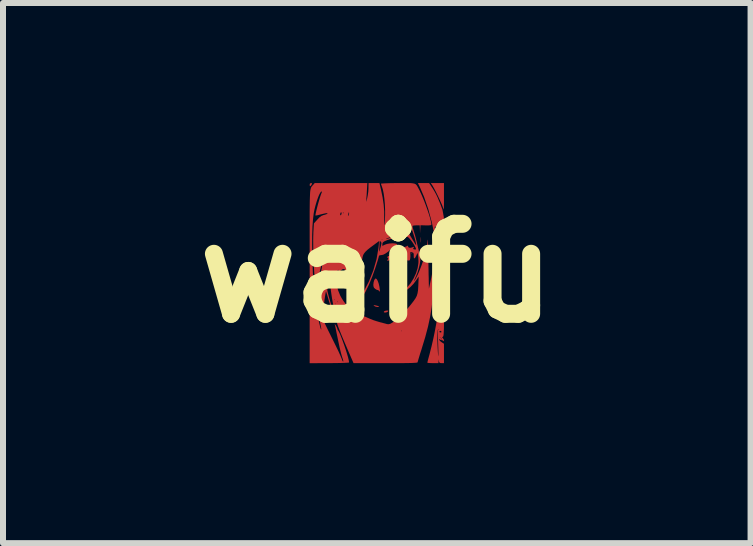
<source format=kicad_pcb>
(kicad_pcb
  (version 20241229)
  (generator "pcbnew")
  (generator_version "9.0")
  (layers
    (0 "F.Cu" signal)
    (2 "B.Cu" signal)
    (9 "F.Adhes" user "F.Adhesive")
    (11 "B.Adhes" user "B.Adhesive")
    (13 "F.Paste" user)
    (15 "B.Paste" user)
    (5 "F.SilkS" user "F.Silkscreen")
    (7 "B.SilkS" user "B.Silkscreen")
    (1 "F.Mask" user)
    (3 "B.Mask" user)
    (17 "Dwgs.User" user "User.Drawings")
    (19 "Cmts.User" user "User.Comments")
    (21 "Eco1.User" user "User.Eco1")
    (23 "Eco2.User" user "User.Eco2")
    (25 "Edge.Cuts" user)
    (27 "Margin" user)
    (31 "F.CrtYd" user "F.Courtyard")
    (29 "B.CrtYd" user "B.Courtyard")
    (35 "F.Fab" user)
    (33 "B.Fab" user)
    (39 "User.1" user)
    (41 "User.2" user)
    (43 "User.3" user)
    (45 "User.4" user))
  (footprint "waifu"
    (layer "F.Cu")
    (at 3.229 1.501)
    (property "Reference" "waifu" (at 0 0 0) (layer "F.SilkS") (effects (font (size 1.5 1.5) (thickness 0.3))))
    (attr board_only exclude_from_pos_files exclude_from_bom)
    (fp_poly (pts (xy -0.623 -0.006) (xy -0.629 0) (xy -0.635 -0.006) (xy -0.629 -0.012)) (stroke (width 0) (type solid)) (fill yes) (layer "F.Cu"))
    (fp_poly (pts (xy -0.404 0.087) (xy -0.41 0.092) (xy -0.415 0.087) (xy -0.41 0.081)) (stroke (width 0) (type solid)) (fill yes) (layer "F.Cu"))
    (fp_poly (pts (xy 0.208 -0.306) (xy 0.202 -0.3) (xy 0.196 -0.306) (xy 0.202 -0.312)) (stroke (width 0) (type solid)) (fill yes) (layer "F.Cu"))
    (fp_poly (pts (xy 0.508 -0.156) (xy 0.502 -0.15) (xy 0.496 -0.156) (xy 0.502 -0.162)) (stroke (width 0) (type solid)) (fill yes) (layer "F.Cu"))
    (fp_poly (pts (xy 0.589 -0.329) (xy 0.583 -0.323) (xy 0.577 -0.329) (xy 0.583 -0.335)) (stroke (width 0) (type solid)) (fill yes) (layer "F.Cu"))
    (fp_poly (pts (xy -0.362 0.062) (xy -0.363 0.068) (xy -0.369 0.069) (xy -0.379 0.065) (xy -0.377 0.062) (xy -0.363 0.06)) (stroke (width 0) (type solid)) (fill yes) (layer "F.Cu"))
    (fp_poly (pts (xy 0.463 -0.107) (xy 0.467 -0.104) (xy 0.463 -0.093) (xy 0.455 -0.088) (xy 0.427 -0.081) (xy 0.416 -0.089) (xy 0.415 -0.091) (xy 0.425 -0.102) (xy 0.445 -0.108)) (stroke (width 0) (type solid)) (fill yes) (layer "F.Cu"))
    (fp_poly (pts (xy -1.08 -1.497) (xy -1.082 -1.483) (xy -1.084 -1.478) (xy -1.101 -1.454) (xy -1.114 -1.449) (xy -1.119 -1.466) (xy -1.119 -1.471) (xy -1.114 -1.494) (xy -1.096 -1.5) (xy -1.096 -1.5)) (stroke (width 0) (type solid)) (fill yes) (layer "F.Cu"))
    (fp_poly (pts (xy 0.191 0.626) (xy 0.187 0.637) (xy 0.185 0.64) (xy 0.167 0.652) (xy 0.143 0.657) (xy 0.123 0.656) (xy 0.115 0.647) (xy 0.126 0.634) (xy 0.151 0.625) (xy 0.175 0.623)) (stroke (width 0) (type solid)) (fill yes) (layer "F.Cu"))
    (fp_poly (pts (xy 0.735 -0.594) (xy 0.735 -0.591) (xy 0.737 -0.551) (xy 0.735 -0.516) (xy 0.733 -0.508) (xy 0.731 -0.519) (xy 0.731 -0.549) (xy 0.731 -0.554) (xy 0.731 -0.586) (xy 0.733 -0.6)) (stroke (width 0) (type solid)) (fill yes) (layer "F.Cu"))
    (fp_poly (pts (xy -0.641 0.018) (xy -0.646 0.028) (xy -0.652 0.045) (xy -0.65 0.05) (xy -0.648 0.057) (xy -0.65 0.058) (xy -0.659 0.055) (xy -0.662 0.043) (xy -0.663 0.027) (xy -0.661 0.009) (xy -0.65 0.008)) (stroke (width 0) (type solid)) (fill yes) (layer "F.Cu"))
    (fp_poly (pts (xy -0.028 0.537) (xy -0.023 0.537) (xy 0.013 0.546) (xy 0.034 0.555) (xy 0.038 0.561) (xy 0.022 0.565) (xy 0.017 0.565) (xy -0.017 0.56) (xy -0.041 0.548) (xy -0.054 0.536) (xy -0.05 0.533)) (stroke (width 0) (type solid)) (fill yes) (layer "F.Cu"))
    (fp_poly (pts (xy 0.328 0.413) (xy 0.326 0.423) (xy 0.309 0.443) (xy 0.287 0.464) (xy 0.25 0.496) (xy 0.224 0.515) (xy 0.213 0.521) (xy 0.216 0.512) (xy 0.236 0.489) (xy 0.254 0.471) (xy 0.285 0.442) (xy 0.311 0.421) (xy 0.326 0.413)) (stroke (width 0) (type solid)) (fill yes) (layer "F.Cu"))
    (fp_poly (pts (xy 1.107 -0.478) (xy 1.115 -0.457) (xy 1.117 -0.416) (xy 1.116 -0.38) (xy 1.114 -0.345) (xy 1.112 -0.328) (xy 1.111 -0.33) (xy 1.11 -0.336) (xy 1.107 -0.374) (xy 1.102 -0.419) (xy 1.101 -0.434) (xy 1.097 -0.467) (xy 1.1 -0.48)) (stroke (width 0) (type solid)) (fill yes) (layer "F.Cu"))
    (fp_poly (pts (xy 1.119 -1.281) (xy 1.119 -1.213) (xy 1.119 -1.153) (xy 1.118 -1.106) (xy 1.117 -1.074) (xy 1.116 -1.062) (xy 1.115 -1.062) (xy 1.11 -1.072) (xy 1.101 -1.096) (xy 1.098 -1.106) (xy 1.087 -1.136) (xy 1.067 -1.181) (xy 1.042 -1.236) (xy 1.014 -1.295) (xy 0.985 -1.353) (xy 0.958 -1.405) (xy 0.935 -1.446) (xy 0.922 -1.468) (xy 0.899 -1.5) (xy 1.009 -1.5) (xy 1.119 -1.5)) (stroke (width 0) (type solid)) (fill yes) (layer "F.Cu"))
    (fp_poly (pts (xy -0.002 0.1) (xy 0.015 0.129) (xy 0.03 0.17) (xy 0.042 0.22) (xy 0.044 0.232) (xy 0.049 0.27) (xy 0.052 0.298) (xy 0.052 0.309) (xy 0.044 0.304) (xy 0.035 0.294) (xy 0.02 0.282) (xy 0.014 0.282) (xy 0.002 0.28) (xy -0.02 0.267) (xy -0.025 0.264) (xy -0.047 0.244) (xy -0.056 0.219) (xy -0.058 0.193) (xy -0.053 0.152) (xy -0.043 0.117) (xy -0.029 0.095) (xy -0.018 0.089)) (stroke (width 0) (type solid)) (fill yes) (layer "F.Cu"))
    (fp_poly (pts (xy 0.931 -1.411) (xy 0.961 -1.362) (xy 0.989 -1.311) (xy 1.01 -1.267) (xy 1.014 -1.258) (xy 1.03 -1.219) (xy 1.044 -1.186) (xy 1.051 -1.171) (xy 1.094 -1.056) (xy 1.116 -0.935) (xy 1.119 -0.858) (xy 1.119 -0.738) (xy 1.088 -0.746) (xy 1.053 -0.755) (xy 1.029 -0.763) (xy 0.999 -0.771) (xy 0.981 -0.773) (xy 0.967 -0.77) (xy 0.965 -0.757) (xy 0.97 -0.736) (xy 0.976 -0.706) (xy 0.984 -0.662) (xy 0.992 -0.613) (xy 0.993 -0.606) (xy 1.001 -0.56) (xy 1.011 -0.522) (xy 1.02 -0.499) (xy 1.022 -0.496) (xy 1.031 -0.482) (xy 1.039 -0.461) (xy 1.048 -0.429) (xy 1.057 -0.384) (xy 1.066 -0.325) (xy 1.078 -0.247) (xy 1.09 -0.15) (xy 1.098 -0.093) (xy 1.104 -0.042) (xy 1.108 0.006) (xy 1.112 0.054) (xy 1.115 0.106) (xy 1.117 0.164) (xy 1.118 0.232) (xy 1.119 0.312) (xy 1.119 0.408) (xy 1.12 0.523) (xy 1.12 0.562) (xy 1.119 0.682) (xy 1.119 0.781) (xy 1.119 0.861) (xy 1.118 0.924) (xy 1.116 0.972) (xy 1.114 1.007) (xy 1.112 1.032) (xy 1.109 1.047) (xy 1.105 1.056) (xy 1.101 1.059) (xy 1.089 1.069) (xy 1.096 1.08) (xy 1.101 1.084) (xy 1.116 1.107) (xy 1.118 1.124) (xy 1.116 1.137) (xy 1.112 1.134) (xy 1.097 1.121) (xy 1.086 1.119) (xy 1.061 1.112) (xy 1.052 1.106) (xy 1.041 1.098) (xy 1.039 1.108) (xy 1.048 1.125) (xy 1.07 1.145) (xy 1.079 1.151) (xy 1.119 1.177) (xy 1.119 1.339) (xy 1.119 1.5) (xy 1.08 1.5) (xy 1.052 1.498) (xy 1.04 1.486) (xy 1.035 1.468) (xy 1.031 1.437) (xy 1.029 1.468) (xy 1.027 1.5) (xy 0.935 1.5) (xy 0.892 1.499) (xy 0.86 1.497) (xy 0.843 1.493) (xy 0.842 1.491) (xy 0.845 1.478) (xy 0.853 1.446) (xy 0.865 1.401) (xy 0.88 1.347) (xy 0.883 1.334) (xy 0.912 1.22) (xy 0.942 1.09) (xy 0.964 0.984) (xy 1.006 0.984) (xy 1.007 1.032) (xy 1.008 1.092) (xy 1.011 1.162) (xy 1.011 1.179) (xy 1.014 1.247) (xy 1.017 1.305) (xy 1.02 1.35) (xy 1.023 1.378) (xy 1.025 1.387) (xy 1.025 1.385) (xy 1.026 1.364) (xy 1.026 1.325) (xy 1.025 1.271) (xy 1.023 1.207) (xy 1.021 1.145) (xy 1.019 1.096) (xy 1.073 1.096) (xy 1.077 1.106) (xy 1.081 1.104) (xy 1.082 1.09) (xy 1.081 1.089) (xy 1.074 1.09) (xy 1.073 1.096) (xy 1.019 1.096) (xy 1.018 1.079) (xy 1.05 1.079) (xy 1.056 1.085) (xy 1.062 1.079) (xy 1.056 1.073) (xy 1.05 1.079) (xy 1.018 1.079) (xy 1.018 1.078) (xy 1.015 1.021) (xy 1.012 0.976) (xy 1.042 0.976) (xy 1.048 0.986) (xy 1.061 0.989) (xy 1.077 0.985) (xy 1.077 0.974) (xy 1.064 0.962) (xy 1.048 0.967) (xy 1.042 0.976) (xy 1.012 0.976) (xy 1.012 0.976) (xy 1.01 0.948) (xy 1.008 0.941) (xy 1.027 0.941) (xy 1.033 0.946) (xy 1.039 0.941) (xy 1.033 0.935) (xy 1.027 0.941) (xy 1.008 0.941) (xy 1.008 0.939) (xy 1.006 0.951) (xy 1.006 0.984) (xy 0.964 0.984) (xy 0.97 0.952) (xy 0.996 0.814) (xy 1.012 0.715) (xy 1.021 0.641) (xy 1.028 0.549) (xy 1.032 0.441) (xy 1.034 0.324) (xy 1.035 0.2) (xy 1.033 0.075) (xy 1.029 -0.047) (xy 1.023 -0.163) (xy 1.015 -0.268) (xy 1.006 -0.346) (xy 0.992 -0.44) (xy 1.018 -0.44) (xy 1.019 -0.423) (xy 1.021 -0.399) (xy 1.025 -0.355) (xy 1.029 -0.313) (xy 1.029 -0.301) (xy 1.031 -0.284) (xy 1.033 -0.288) (xy 1.035 -0.314) (xy 1.036 -0.319) (xy 1.036 -0.363) (xy 1.031 -0.403) (xy 1.028 -0.417) (xy 1.021 -0.438) (xy 1.018 -0.44) (xy 0.992 -0.44) (xy 0.967 -0.605) (xy 0.917 -0.846) (xy 0.857 -1.068) (xy 0.787 -1.271) (xy 0.717 -1.434) (xy 0.685 -1.5) (xy 0.779 -1.5) (xy 0.872 -1.5)) (stroke (width 0) (type solid)) (fill yes) (layer "F.Cu"))
    (fp_poly (pts (xy 0.564 -1.5) (xy 0.602 -1.496) (xy 0.63 -1.49) (xy 0.65 -1.479) (xy 0.665 -1.463) (xy 0.679 -1.44) (xy 0.695 -1.41) (xy 0.711 -1.379) (xy 0.735 -1.329) (xy 0.762 -1.268) (xy 0.79 -1.2) (xy 0.818 -1.126) (xy 0.844 -1.053) (xy 0.868 -0.982) (xy 0.887 -0.919) (xy 0.901 -0.865) (xy 0.909 -0.826) (xy 0.909 -0.805) (xy 0.895 -0.798) (xy 0.86 -0.795) (xy 0.816 -0.795) (xy 0.728 -0.798) (xy 0.724 -0.731) (xy 0.72 -0.664) (xy 0.718 -0.73) (xy 0.715 -0.796) (xy 0.658 -0.796) (xy 0.624 -0.794) (xy 0.601 -0.79) (xy 0.595 -0.786) (xy 0.596 -0.771) (xy 0.603 -0.741) (xy 0.615 -0.701) (xy 0.616 -0.697) (xy 0.633 -0.644) (xy 0.65 -0.582) (xy 0.664 -0.525) (xy 0.674 -0.48) (xy 0.683 -0.442) (xy 0.689 -0.418) (xy 0.69 -0.415) (xy 0.694 -0.401) (xy 0.698 -0.382) (xy 0.701 -0.352) (xy 0.704 -0.323) (xy 0.706 -0.304) (xy 0.709 -0.304) (xy 0.712 -0.324) (xy 0.714 -0.346) (xy 0.721 -0.386) (xy 0.73 -0.407) (xy 0.741 -0.413) (xy 0.758 -0.411) (xy 0.762 -0.405) (xy 0.752 -0.394) (xy 0.744 -0.392) (xy 0.733 -0.381) (xy 0.727 -0.35) (xy 0.724 -0.3) (xy 0.726 -0.242) (xy 0.724 -0.198) (xy 0.714 -0.14) (xy 0.698 -0.075) (xy 0.678 -0.01) (xy 0.655 0.047) (xy 0.653 0.051) (xy 0.633 0.097) (xy 0.623 0.124) (xy 0.623 0.131) (xy 0.631 0.121) (xy 0.647 0.093) (xy 0.67 0.049) (xy 0.68 0.03) (xy 0.699 -0.013) (xy 0.721 -0.067) (xy 0.744 -0.126) (xy 0.765 -0.186) (xy 0.771 -0.202) (xy 0.808 -0.202) (xy 0.814 -0.196) (xy 0.819 -0.202) (xy 0.814 -0.208) (xy 0.808 -0.202) (xy 0.771 -0.202) (xy 0.784 -0.241) (xy 0.798 -0.288) (xy 0.807 -0.321) (xy 0.808 -0.331) (xy 0.814 -0.345) (xy 0.818 -0.346) (xy 0.823 -0.357) (xy 0.828 -0.386) (xy 0.834 -0.429) (xy 0.838 -0.476) (xy 0.841 -0.516) (xy 0.844 -0.544) (xy 0.846 -0.558) (xy 0.847 -0.556) (xy 0.849 -0.538) (xy 0.85 -0.502) (xy 0.852 -0.446) (xy 0.854 -0.369) (xy 0.855 -0.329) (xy 0.857 -0.24) (xy 0.86 -0.147) (xy 0.862 -0.058) (xy 0.863 0.022) (xy 0.865 0.087) (xy 0.865 0.104) (xy 0.868 0.26) (xy 0.895 0.138) (xy 0.909 0.072) (xy 0.924 -0.005) (xy 0.937 -0.08) (xy 0.942 -0.113) (xy 0.951 -0.164) (xy 0.96 -0.206) (xy 0.967 -0.233) (xy 0.972 -0.242) (xy 0.981 -0.239) (xy 0.981 -0.238) (xy 0.98 -0.226) (xy 0.977 -0.195) (xy 0.973 -0.149) (xy 0.967 -0.092) (xy 0.964 -0.055) (xy 0.957 0.021) (xy 0.951 0.102) (xy 0.945 0.18) (xy 0.942 0.246) (xy 0.941 0.256) (xy 0.932 0.416) (xy 0.914 0.572) (xy 0.888 0.729) (xy 0.853 0.892) (xy 0.807 1.066) (xy 0.75 1.253) (xy 0.744 1.274) (xy 0.723 1.338) (xy 0.706 1.395) (xy 0.692 1.441) (xy 0.683 1.473) (xy 0.681 1.485) (xy 0.677 1.488) (xy 0.666 1.492) (xy 0.644 1.494) (xy 0.611 1.496) (xy 0.564 1.498) (xy 0.501 1.499) (xy 0.422 1.5) (xy 0.324 1.5) (xy 0.206 1.5) (xy 0.147 1.5) (xy -0.388 1.5) (xy -0.467 1.318) (xy -0.519 1.197) (xy -0.563 1.094) (xy -0.598 1.009) (xy -0.616 0.964) (xy 0.404 0.964) (xy 0.41 0.969) (xy 0.415 0.964) (xy 0.41 0.958) (xy 0.404 0.964) (xy -0.616 0.964) (xy -0.625 0.941) (xy -0.646 0.887) (xy -0.659 0.846) (xy -0.667 0.816) (xy -0.67 0.797) (xy -0.672 0.772) (xy -0.678 0.769) (xy -0.679 0.771) (xy -0.689 0.78) (xy -0.697 0.767) (xy -0.703 0.743) (xy -0.702 0.731) (xy -0.693 0.736) (xy -0.691 0.739) (xy -0.684 0.746) (xy -0.684 0.733) (xy -0.687 0.721) (xy -0.695 0.681) (xy -0.509 0.681) (xy -0.505 0.682) (xy -0.491 0.672) (xy -0.472 0.653) (xy -0.464 0.645) (xy -0.374 0.645) (xy -0.374 0.645) (xy -0.358 0.654) (xy -0.323 0.671) (xy -0.269 0.695) (xy -0.197 0.725) (xy -0.11 0.763) (xy -0.098 0.767) (xy -0.054 0.785) (xy -0.005 0.801) (xy 0.056 0.819) (xy 0.081 0.825) (xy 0.121 0.836) (xy 0.152 0.844) (xy 0.167 0.849) (xy 0.193 0.852) (xy 0.221 0.846) (xy 0.256 0.827) (xy 0.302 0.794) (xy 0.305 0.791) (xy 0.363 0.744) (xy 0.404 0.744) (xy 0.41 0.75) (xy 0.415 0.744) (xy 0.41 0.739) (xy 0.404 0.744) (xy 0.363 0.744) (xy 0.364 0.743) (xy 0.419 0.692) (xy 0.475 0.634) (xy 0.535 0.564) (xy 0.567 0.525) (xy 0.612 0.467) (xy 0.644 0.421) (xy 0.666 0.379) (xy 0.679 0.335) (xy 0.687 0.284) (xy 0.691 0.218) (xy 0.692 0.199) (xy 0.694 0.145) (xy 0.696 0.101) (xy 0.697 0.07) (xy 0.697 0.058) (xy 0.697 0.058) (xy 0.691 0.067) (xy 0.676 0.089) (xy 0.659 0.115) (xy 0.613 0.177) (xy 0.559 0.233) (xy 0.503 0.278) (xy 0.464 0.302) (xy 0.429 0.316) (xy 0.411 0.319) (xy 0.412 0.312) (xy 0.433 0.294) (xy 0.447 0.284) (xy 0.507 0.235) (xy 0.563 0.169) (xy 0.612 0.09) (xy 0.652 0.004) (xy 0.68 -0.084) (xy 0.693 -0.168) (xy 0.694 -0.196) (xy 0.692 -0.241) (xy 0.689 -0.282) (xy 0.686 -0.304) (xy 0.678 -0.337) (xy 0.657 -0.29) (xy 0.639 -0.256) (xy 0.625 -0.244) (xy 0.617 -0.254) (xy 0.615 -0.287) (xy 0.615 -0.29) (xy 0.615 -0.321) (xy 0.608 -0.337) (xy 0.59 -0.346) (xy 0.586 -0.347) (xy 0.565 -0.351) (xy 0.557 -0.343) (xy 0.559 -0.319) (xy 0.56 -0.28) (xy 0.557 -0.244) (xy 0.551 -0.218) (xy 0.539 -0.209) (xy 0.513 -0.211) (xy 0.512 -0.212) (xy 0.481 -0.212) (xy 0.464 -0.201) (xy 0.463 -0.199) (xy 0.444 -0.186) (xy 0.412 -0.18) (xy 0.376 -0.175) (xy 0.361 -0.165) (xy 0.366 -0.148) (xy 0.369 -0.145) (xy 0.377 -0.13) (xy 0.37 -0.126) (xy 0.353 -0.131) (xy 0.331 -0.144) (xy 0.314 -0.158) (xy 0.283 -0.19) (xy 0.317 -0.196) (xy 0.345 -0.207) (xy 0.351 -0.219) (xy 0.439 -0.219) (xy 0.443 -0.21) (xy 0.446 -0.212) (xy 0.448 -0.225) (xy 0.446 -0.227) (xy 0.439 -0.225) (xy 0.439 -0.219) (xy 0.351 -0.219) (xy 0.356 -0.229) (xy 0.352 -0.26) (xy 0.333 -0.282) (xy 0.313 -0.288) (xy 0.285 -0.282) (xy 0.259 -0.268) (xy 0.242 -0.251) (xy 0.24 -0.241) (xy 0.24 -0.231) (xy 0.237 -0.233) (xy 0.224 -0.231) (xy 0.206 -0.217) (xy 0.185 -0.201) (xy 0.176 -0.204) (xy 0.181 -0.223) (xy 0.184 -0.23) (xy 0.191 -0.25) (xy 0.185 -0.254) (xy 0.173 -0.26) (xy 0.177 -0.273) (xy 0.192 -0.284) (xy 0.196 -0.285) (xy 0.216 -0.298) (xy 0.238 -0.324) (xy 0.241 -0.329) (xy 0.268 -0.363) (xy 0.307 -0.389) (xy 0.361 -0.409) (xy 0.411 -0.421) (xy 0.452 -0.431) (xy 0.486 -0.442) (xy 0.503 -0.451) (xy 0.516 -0.458) (xy 0.519 -0.447) (xy 0.529 -0.428) (xy 0.553 -0.421) (xy 0.584 -0.427) (xy 0.611 -0.437) (xy 0.621 -0.436) (xy 0.614 -0.424) (xy 0.612 -0.421) (xy 0.604 -0.406) (xy 0.615 -0.397) (xy 0.641 -0.393) (xy 0.65 -0.394) (xy 0.653 -0.405) (xy 0.644 -0.429) (xy 0.627 -0.462) (xy 0.604 -0.499) (xy 0.578 -0.536) (xy 0.552 -0.569) (xy 0.529 -0.592) (xy 0.517 -0.601) (xy 0.476 -0.609) (xy 0.419 -0.609) (xy 0.351 -0.6) (xy 0.276 -0.583) (xy 0.199 -0.559) (xy 0.173 -0.55) (xy 0.131 -0.532) (xy 0.107 -0.517) (xy 0.095 -0.501) (xy 0.093 -0.478) (xy 0.092 -0.477) (xy 0.092 -0.453) (xy 0.135 -0.474) (xy 0.17 -0.486) (xy 0.216 -0.494) (xy 0.263 -0.497) (xy 0.305 -0.494) (xy 0.333 -0.486) (xy 0.333 -0.486) (xy 0.341 -0.476) (xy 0.329 -0.465) (xy 0.322 -0.461) (xy 0.299 -0.446) (xy 0.266 -0.422) (xy 0.231 -0.393) (xy 0.18 -0.351) (xy 0.141 -0.324) (xy 0.11 -0.308) (xy 0.083 -0.301) (xy 0.07 -0.3) (xy 0.042 -0.295) (xy 0.035 -0.284) (xy 0.031 -0.268) (xy 0.022 -0.234) (xy 0.007 -0.186) (xy -0.011 -0.128) (xy -0.027 -0.079) (xy -0.078 0.064) (xy -0.131 0.192) (xy -0.185 0.303) (xy -0.237 0.392) (xy -0.276 0.452) (xy -0.31 0.509) (xy -0.339 0.56) (xy -0.36 0.602) (xy -0.373 0.632) (xy -0.374 0.645) (xy -0.464 0.645) (xy -0.457 0.638) (xy -0.333 0.484) (xy -0.224 0.317) (xy -0.132 0.14) (xy -0.059 -0.043) (xy -0.005 -0.23) (xy 0.018 -0.364) (xy 0.036 -0.364) (xy 0.038 -0.359) (xy 0.045 -0.373) (xy 0.055 -0.406) (xy 0.063 -0.432) (xy 0.073 -0.473) (xy 0.077 -0.498) (xy 0.074 -0.513) (xy 0.065 -0.525) (xy 0.065 -0.526) (xy 0.054 -0.534) (xy 0.048 -0.53) (xy 0.046 -0.509) (xy 0.045 -0.483) (xy 0.044 -0.441) (xy 0.041 -0.403) (xy 0.039 -0.389) (xy 0.036 -0.364) (xy 0.018 -0.364) (xy 0.027 -0.418) (xy 0.031 -0.451) (xy 0.038 -0.534) (xy -0.041 -0.476) (xy -0.106 -0.428) (xy -0.154 -0.39) (xy -0.188 -0.358) (xy -0.211 -0.33) (xy -0.227 -0.302) (xy -0.236 -0.271) (xy -0.239 -0.258) (xy -0.248 -0.208) (xy -0.256 -0.156) (xy -0.259 -0.132) (xy -0.262 -0.097) (xy -0.259 -0.077) (xy -0.248 -0.065) (xy -0.234 -0.058) (xy -0.215 -0.046) (xy -0.217 -0.038) (xy -0.217 -0.038) (xy -0.238 -0.04) (xy -0.246 -0.045) (xy -0.261 -0.056) (xy -0.27 -0.051) (xy -0.277 -0.027) (xy -0.281 -0.001) (xy -0.291 0.05) (xy -0.306 0.117) (xy -0.325 0.193) (xy -0.346 0.27) (xy -0.368 0.342) (xy -0.389 0.403) (xy -0.391 0.41) (xy -0.422 0.492) (xy -0.45 0.561) (xy -0.473 0.615) (xy -0.49 0.651) (xy -0.499 0.666) (xy -0.509 0.681) (xy -0.695 0.681) (xy -0.72 0.565) (xy -0.725 0.537) (xy -0.692 0.537) (xy -0.687 0.542) (xy -0.681 0.537) (xy -0.687 0.531) (xy -0.692 0.537) (xy -0.725 0.537) (xy -0.729 0.514) (xy -0.692 0.514) (xy -0.687 0.519) (xy -0.681 0.514) (xy -0.687 0.508) (xy -0.692 0.514) (xy -0.729 0.514) (xy -0.736 0.479) (xy -0.658 0.479) (xy -0.652 0.485) (xy -0.646 0.479) (xy -0.652 0.473) (xy -0.658 0.479) (xy -0.736 0.479) (xy -0.742 0.444) (xy -0.715 0.444) (xy -0.71 0.45) (xy -0.704 0.444) (xy -0.71 0.439) (xy -0.715 0.444) (xy -0.742 0.444) (xy -0.745 0.429) (xy -0.762 0.315) (xy -0.763 0.309) (xy -0.769 0.258) (xy -0.776 0.218) (xy -0.782 0.192) (xy -0.785 0.185) (xy -0.794 0.194) (xy -0.808 0.218) (xy -0.813 0.228) (xy -0.82 0.247) (xy -0.824 0.263) (xy -0.825 0.283) (xy -0.82 0.31) (xy -0.811 0.349) (xy -0.796 0.405) (xy -0.791 0.422) (xy -0.773 0.484) (xy -0.755 0.546) (xy -0.738 0.599) (xy -0.725 0.637) (xy -0.725 0.638) (xy -0.713 0.674) (xy -0.707 0.7) (xy -0.707 0.71) (xy -0.713 0.703) (xy -0.724 0.678) (xy -0.74 0.637) (xy -0.758 0.587) (xy -0.777 0.529) (xy -0.797 0.468) (xy -0.814 0.41) (xy -0.827 0.365) (xy -0.838 0.329) (xy -0.845 0.307) (xy -0.847 0.304) (xy -0.85 0.313) (xy -0.855 0.341) (xy -0.862 0.383) (xy -0.87 0.435) (xy -0.871 0.438) (xy -0.881 0.521) (xy -0.885 0.598) (xy -0.885 0.665) (xy -0.879 0.716) (xy -0.872 0.741) (xy -0.869 0.758) (xy -0.875 0.762) (xy -0.887 0.751) (xy -0.903 0.723) (xy -0.922 0.682) (xy -0.941 0.632) (xy -0.961 0.578) (xy -0.977 0.525) (xy -0.99 0.477) (xy -0.998 0.439) (xy -0.998 0.416) (xy -0.997 0.413) (xy -0.996 0.404) (xy -1.008 0.406) (xy -1.022 0.416) (xy -1.025 0.419) (xy -1.029 0.435) (xy -1.028 0.467) (xy -1.022 0.519) (xy -1.015 0.56) (xy -1.003 0.625) (xy -0.99 0.692) (xy -0.976 0.758) (xy -0.962 0.819) (xy -0.95 0.871) (xy -0.939 0.912) (xy -0.931 0.936) (xy -0.927 0.942) (xy -0.926 0.928) (xy -0.93 0.899) (xy -0.938 0.86) (xy -0.938 0.857) (xy -0.959 0.766) (xy -0.977 0.684) (xy -0.992 0.613) (xy -1.003 0.555) (xy -1.01 0.514) (xy -1.012 0.492) (xy -1.011 0.488) (xy -1.006 0.496) (xy -0.996 0.521) (xy -0.983 0.56) (xy -0.975 0.584) (xy -0.959 0.628) (xy -0.934 0.689) (xy -0.901 0.765) (xy -0.86 0.852) (xy -0.814 0.948) (xy -0.792 0.992) (xy -0.741 1.095) (xy -0.699 1.18) (xy -0.665 1.25) (xy -0.637 1.308) (xy -0.616 1.355) (xy -0.598 1.396) (xy -0.583 1.433) (xy -0.577 1.449) (xy -0.567 1.47) (xy -0.559 1.475) (xy -0.559 1.461) (xy -0.565 1.437) (xy -0.581 1.39) (xy -0.599 1.324) (xy -0.619 1.243) (xy -0.639 1.149) (xy -0.657 1.062) (xy -0.67 1) (xy -0.681 0.944) (xy -0.69 0.9) (xy -0.697 0.871) (xy -0.698 0.866) (xy -0.702 0.85) (xy -0.697 0.852) (xy -0.683 0.873) (xy -0.682 0.874) (xy -0.666 0.903) (xy -0.658 0.924) (xy -0.658 0.927) (xy -0.65 0.949) (xy -0.647 0.953) (xy -0.633 0.975) (xy -0.614 1.015) (xy -0.592 1.069) (xy -0.568 1.132) (xy -0.543 1.201) (xy -0.519 1.272) (xy -0.498 1.339) (xy -0.48 1.4) (xy -0.468 1.45) (xy -0.462 1.484) (xy -0.462 1.489) (xy -0.473 1.492) (xy -0.504 1.494) (xy -0.553 1.496) (xy -0.616 1.498) (xy -0.691 1.499) (xy -0.774 1.5) (xy -0.791 1.5) (xy -1.119 1.501) (xy -1.119 0.963) (xy -1.119 0.837) (xy -1.119 0.733) (xy -1.119 0.647) (xy -1.118 0.579) (xy -1.117 0.525) (xy -1.116 0.483) (xy -1.114 0.453) (xy -1.111 0.431) (xy -1.108 0.415) (xy -1.104 0.404) (xy -1.099 0.396) (xy -1.096 0.392) (xy -1.051 0.318) (xy -1.008 0.227) (xy -0.97 0.125) (xy -0.944 0.036) (xy -0.678 0.036) (xy -0.666 0.055) (xy -0.653 0.064) (xy -0.622 0.084) (xy -0.647 0.101) (xy -0.661 0.114) (xy -0.668 0.131) (xy -0.668 0.16) (xy -0.666 0.186) (xy -0.648 0.28) (xy -0.609 0.376) (xy -0.583 0.422) (xy -0.555 0.466) (xy -0.526 0.505) (xy -0.5 0.536) (xy -0.481 0.553) (xy -0.471 0.555) (xy -0.464 0.542) (xy -0.451 0.512) (xy -0.435 0.47) (xy -0.423 0.439) (xy -0.399 0.372) (xy -0.383 0.321) (xy -0.374 0.281) (xy -0.371 0.247) (xy -0.373 0.213) (xy -0.375 0.195) (xy -0.383 0.138) (xy -0.424 0.146) (xy -0.452 0.148) (xy -0.462 0.142) (xy -0.456 0.132) (xy -0.435 0.12) (xy -0.402 0.11) (xy -0.4 0.11) (xy -0.364 0.099) (xy -0.335 0.085) (xy -0.328 0.079) (xy -0.312 0.052) (xy -0.303 0.014) (xy -0.303 -0.025) (xy -0.31 -0.056) (xy -0.316 -0.064) (xy -0.328 -0.073) (xy -0.333 -0.069) (xy -0.335 -0.046) (xy -0.335 -0.034) (xy -0.336 -0.004) (xy -0.342 0.009) (xy -0.355 0.009) (xy -0.358 0.008) (xy -0.381 0.01) (xy -0.389 0.018) (xy -0.405 0.03) (xy -0.438 0.035) (xy -0.439 0.035) (xy -0.476 0.039) (xy -0.492 0.052) (xy -0.486 0.072) (xy -0.479 0.081) (xy -0.466 0.096) (xy -0.471 0.1) (xy -0.491 0.097) (xy -0.521 0.087) (xy -0.552 0.07) (xy -0.577 0.051) (xy -0.588 0.034) (xy -0.589 0.033) (xy -0.579 0.026) (xy -0.56 0.028) (xy -0.535 0.028) (xy -0.519 0.01) (xy -0.512 -0.02) (xy -0.513 -0.024) (xy -0.415 -0.024) (xy -0.407 -0.012) (xy -0.404 -0.012) (xy -0.393 -0.015) (xy -0.392 -0.017) (xy -0.4 -0.026) (xy -0.404 -0.029) (xy -0.415 -0.028) (xy -0.415 -0.024) (xy -0.513 -0.024) (xy -0.52 -0.046) (xy -0.538 -0.064) (xy -0.561 -0.069) (xy -0.584 -0.057) (xy -0.588 -0.053) (xy -0.61 -0.037) (xy -0.624 -0.031) (xy -0.641 -0.03) (xy -0.641 -0.042) (xy -0.641 -0.044) (xy -0.637 -0.057) (xy -0.645 -0.052) (xy -0.651 -0.046) (xy -0.666 -0.022) (xy -0.676 0.008) (xy -0.678 0.036) (xy -0.944 0.036) (xy -0.939 0.02) (xy -0.917 -0.083) (xy -0.913 -0.11) (xy -0.903 -0.179) (xy -0.897 -0.228) (xy -0.893 -0.259) (xy -0.892 -0.277) (xy -0.893 -0.283) (xy -0.897 -0.281) (xy -0.9 -0.277) (xy -0.908 -0.254) (xy -0.911 -0.222) (xy -0.911 -0.22) (xy -0.915 -0.187) (xy -0.924 -0.136) (xy -0.938 -0.075) (xy -0.955 -0.009) (xy -0.973 0.058) (xy -0.992 0.119) (xy -1.009 0.169) (xy -1.014 0.18) (xy -1.037 0.233) (xy -1.063 0.289) (xy -1.082 0.329) (xy -1.118 0.398) (xy -1.119 -0.474) (xy -1.078 -0.474) (xy -1.075 -0.288) (xy -1.072 -0.19) (xy -1.069 -0.098) (xy -1.066 -0.013) (xy -1.062 0.062) (xy -1.059 0.125) (xy -1.057 0.172) (xy -1.055 0.2) (xy -1.054 0.208) (xy -1.047 0.215) (xy -1.039 0.202) (xy -1.037 0.198) (xy -1.033 0.172) (xy -1.033 0.129) (xy -1.036 0.071) (xy -1.038 0.048) (xy -1.044 -0.032) (xy -1.049 -0.126) (xy -1.054 -0.228) (xy -1.057 -0.333) (xy -1.059 -0.437) (xy -1.06 -0.533) (xy -1.06 -0.56) (xy 0.081 -0.56) (xy 0.087 -0.554) (xy 0.092 -0.56) (xy 0.087 -0.565) (xy 0.081 -0.56) (xy -1.06 -0.56) (xy -1.06 -0.567) (xy 0.152 -0.567) (xy 0.171 -0.571) (xy 0.208 -0.582) (xy 0.233 -0.591) (xy 0.241 -0.598) (xy 0.237 -0.599) (xy 0.21 -0.594) (xy 0.179 -0.583) (xy 0.155 -0.571) (xy 0.152 -0.567) (xy -1.06 -0.567) (xy -1.059 -0.618) (xy -1.058 -0.645) (xy 0.313 -0.645) (xy 0.319 -0.639) (xy 0.326 -0.636) (xy 0.345 -0.633) (xy 0.379 -0.631) (xy 0.42 -0.63) (xy 0.461 -0.631) (xy 0.493 -0.632) (xy 0.507 -0.634) (xy 0.502 -0.641) (xy 0.486 -0.657) (xy 0.485 -0.658) (xy 0.445 -0.678) (xy 0.398 -0.677) (xy 0.378 -0.67) (xy 0.347 -0.658) (xy 0.329 -0.652) (xy 0.313 -0.645) (xy -1.058 -0.645) (xy -1.057 -0.686) (xy -1.056 -0.695) (xy -1.052 -0.767) (xy 0.462 -0.767) (xy 0.517 -0.686) (xy 0.549 -0.636) (xy 0.582 -0.582) (xy 0.61 -0.536) (xy 0.612 -0.533) (xy 0.632 -0.498) (xy 0.648 -0.473) (xy 0.656 -0.462) (xy 0.656 -0.462) (xy 0.656 -0.472) (xy 0.653 -0.496) (xy 0.652 -0.499) (xy 0.642 -0.541) (xy 0.629 -0.591) (xy 0.612 -0.643) (xy 0.596 -0.693) (xy 0.58 -0.736) (xy 0.567 -0.767) (xy 0.558 -0.781) (xy 0.557 -0.781) (xy 0.537 -0.783) (xy 0.506 -0.778) (xy 0.502 -0.777) (xy 0.462 -0.767) (xy -1.052 -0.767) (xy -1.048 -0.829) (xy -0.991 -0.892) (xy -0.956 -0.929) (xy -0.925 -0.952) (xy -0.921 -0.954) (xy -0.481 -0.954) (xy -0.477 -0.953) (xy -0.474 -0.958) (xy -0.463 -0.984) (xy -0.462 -0.997) (xy -0.463 -1.014) (xy -0.468 -1.009) (xy -0.476 -0.983) (xy -0.478 -0.975) (xy -0.481 -0.954) (xy -0.921 -0.954) (xy -0.892 -0.966) (xy -0.877 -0.97) (xy -0.844 -0.98) (xy -0.836 -0.984) (xy -0.61 -0.984) (xy -0.608 -0.965) (xy -0.6 -0.964) (xy -0.59 -0.98) (xy -0.587 -0.993) (xy -0.588 -1.004) (xy -0.565 -1.004) (xy -0.561 -0.995) (xy -0.558 -0.996) (xy -0.556 -1.01) (xy -0.558 -1.012) (xy -0.565 -1.01) (xy -0.565 -1.004) (xy -0.588 -1.004) (xy -0.589 -1.01) (xy -0.594 -1.013) (xy -0.604 -1.006) (xy -0.61 -0.984) (xy -0.836 -0.984) (xy -0.824 -0.99) (xy -0.819 -0.994) (xy -0.83 -0.999) (xy -0.859 -0.996) (xy -0.904 -0.986) (xy -0.955 -0.973) (xy -0.99 -0.964) (xy -1.015 -0.96) (xy -1.023 -0.961) (xy -1.022 -0.974) (xy -1.016 -1.005) (xy -1.006 -1.048) (xy -0.993 -1.1) (xy -0.978 -1.156) (xy -0.962 -1.212) (xy -0.947 -1.262) (xy -0.934 -1.302) (xy -0.924 -1.329) (xy -0.921 -1.336) (xy -0.914 -1.353) (xy -0.917 -1.359) (xy -0.928 -1.358) (xy -0.944 -1.337) (xy -0.963 -1.301) (xy -0.982 -1.252) (xy -1.002 -1.194) (xy -1.021 -1.13) (xy -1.038 -1.064) (xy -1.051 -0.998) (xy -1.063 -0.899) (xy -1.072 -0.778) (xy -1.077 -0.637) (xy -1.078 -0.474) (xy -1.119 -0.474) (xy -1.119 -0.494) (xy -1.119 -0.66) (xy -1.119 -0.805) (xy -1.119 -0.93) (xy -1.119 -1.036) (xy -1.118 -1.126) (xy -1.117 -1.201) (xy -1.115 -1.262) (xy -1.113 -1.312) (xy -1.111 -1.351) (xy -1.107 -1.381) (xy -1.102 -1.404) (xy -1.097 -1.422) (xy -1.09 -1.436) (xy -1.082 -1.447) (xy -1.073 -1.458) (xy -1.062 -1.469) (xy -1.058 -1.474) (xy -1.035 -1.5) (xy -0.596 -1.5) (xy -0.158 -1.5) (xy -0.166 -1.365) (xy -0.169 -1.307) (xy -0.173 -1.256) (xy -0.176 -1.215) (xy -0.178 -1.194) (xy -0.178 -1.188) (xy -0.174 -1.2) (xy -0.165 -1.23) (xy -0.162 -1.241) (xy -0.151 -1.296) (xy -0.142 -1.359) (xy -0.139 -1.411) (xy -0.138 -1.5) (xy -0.047 -1.5) (xy 0.044 -1.5) (xy 0.068 -1.399) (xy 0.096 -1.264) (xy 0.114 -1.143) (xy 0.123 -1.028) (xy 0.123 -0.914) (xy 0.123 -0.906) (xy 0.121 -0.848) (xy 0.121 -0.812) (xy 0.123 -0.798) (xy 0.126 -0.807) (xy 0.127 -0.814) (xy 0.135 -0.884) (xy 0.138 -0.967) (xy 0.138 -1.057) (xy 0.134 -1.15) (xy 0.126 -1.24) (xy 0.115 -1.322) (xy 0.101 -1.391) (xy 0.086 -1.44) (xy 0.075 -1.469) (xy 0.069 -1.488) (xy 0.069 -1.49) (xy 0.08 -1.493) (xy 0.111 -1.495) (xy 0.159 -1.497) (xy 0.221 -1.499) (xy 0.293 -1.5) (xy 0.355 -1.5) (xy 0.444 -1.501) (xy 0.512 -1.501)) (stroke (width 0) (type solid)) (fill yes) (layer "F.Cu")))
  (gr_rect
    (start -3 -3)
    (end 9.457 6.001)
    (stroke (width 0.1) (type default))
    (fill no)
    (layer "Edge.Cuts")))
</source>
